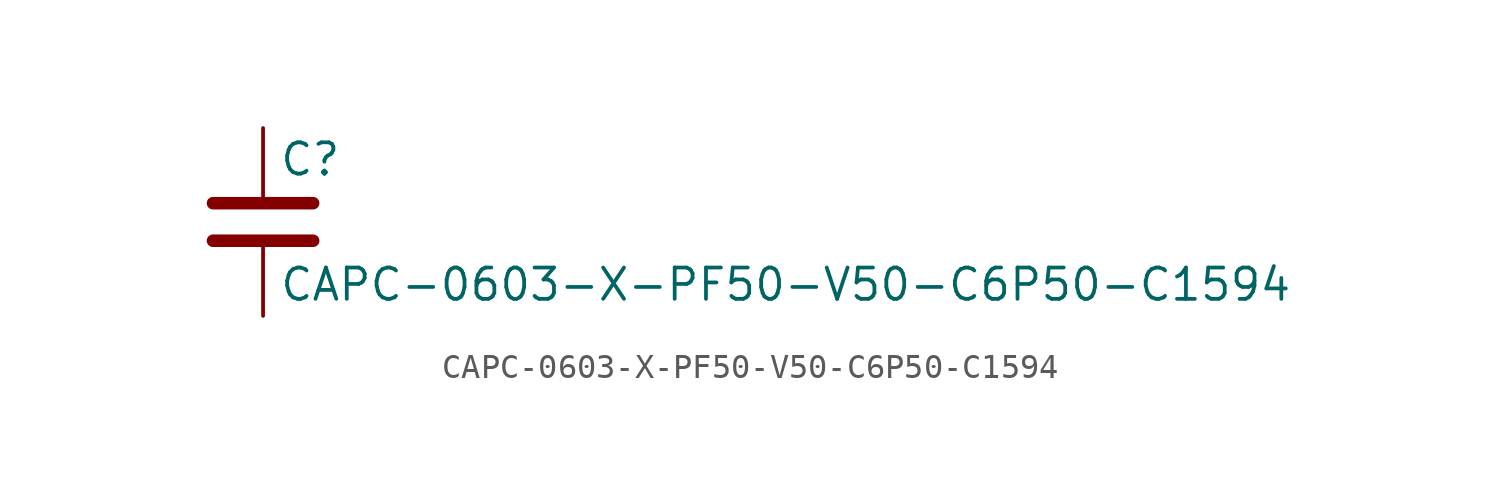
<source format=kicad_sym>
(kicad_symbol_lib
  (version 20211014)
  (generator kicad_symbol_editor)
  (symbol "CAPC-0603-X-PF50-V50-C6P50-C1594"
    (pin_numbers hide)
    (pin_names
      (offset 0.254))
    (property "Reference" "C"
      (at 0.635 2.54 0)
      (effects (font (size 1.27 1.27)) (justify left)))
    (property "Value" "CAPC-0603-X-PF50-V50-C6P50-C1594"
      (at 0.635 -2.54 0)
      (effects (font (size 1.27 1.27)) (justify left)))
    (symbol "CAPC-0603-X-PF50-V50-C6P50-C1594_0_1"
      (polyline (pts (xy -2.032 -0.762) (xy 2.032 -0.762)) (stroke (width 0.508) (type default) (color 0 0 0 0)) (fill (type none)))
      (polyline (pts (xy -2.032 0.762) (xy 2.032 0.762)) (stroke (width 0.508) (type default) (color 0 0 0 0)) (fill (type none))))
    (symbol "CAPC-0603-X-PF50-V50-C6P50-C1594_1_1"
      (pin passive line (at 0 3.81 270) (length 2.794) (name "~" (effects (font (size 1.27 1.27)))) (number "1" (effects (font (size 1.27 1.27)))))
      (pin passive line (at 0 -3.81 90) (length 2.794) (name "~" (effects (font (size 1.27 1.27)))) (number "2" (effects (font (size 1.27 1.27))))))))
</source>
